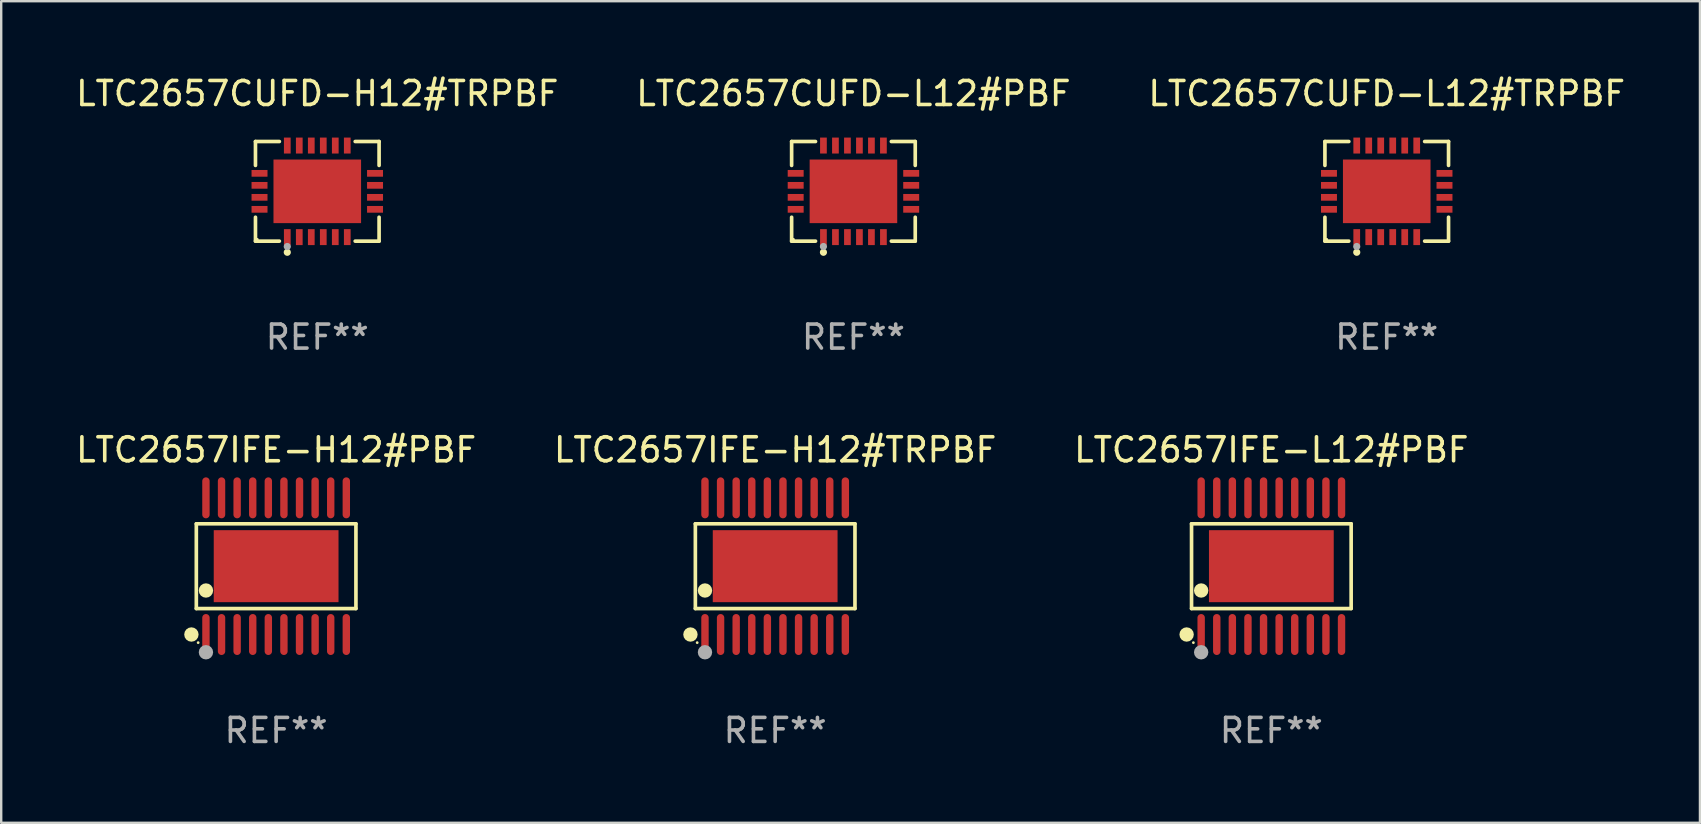
<source format=kicad_pcb>
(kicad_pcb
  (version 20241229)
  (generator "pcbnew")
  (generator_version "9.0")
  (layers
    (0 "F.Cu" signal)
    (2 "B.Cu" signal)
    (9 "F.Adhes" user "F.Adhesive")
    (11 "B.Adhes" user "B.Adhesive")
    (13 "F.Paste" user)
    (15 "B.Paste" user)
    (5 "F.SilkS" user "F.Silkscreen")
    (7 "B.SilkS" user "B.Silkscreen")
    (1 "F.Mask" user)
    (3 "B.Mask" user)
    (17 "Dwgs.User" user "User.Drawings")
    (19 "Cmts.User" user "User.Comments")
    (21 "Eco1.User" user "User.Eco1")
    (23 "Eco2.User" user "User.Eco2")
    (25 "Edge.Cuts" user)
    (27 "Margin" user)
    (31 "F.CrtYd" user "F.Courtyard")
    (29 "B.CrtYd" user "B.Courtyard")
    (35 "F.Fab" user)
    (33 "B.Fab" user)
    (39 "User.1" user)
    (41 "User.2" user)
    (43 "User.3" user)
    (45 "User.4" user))
  (footprint "LTC2657IFE-H12#PBF"
    (layer "F.Cu")
    (at 8.458 20.546)
    (property "Reference" "LTC2657IFE-H12#PBF" (at 0 -4.848 0) (layer "F.SilkS") (effects (font (size 1 1) (thickness 0.15))))
    (attr through_hole)
    (fp_line (start -3.326 -1.766) (end 3.326 -1.766) (stroke (width 0.152) (type solid)) (layer "F.SilkS"))
    (fp_line (start -3.326 1.766) (end -3.326 -1.766) (stroke (width 0.152) (type solid)) (layer "F.SilkS"))
    (fp_line (start 3.326 -1.766) (end 3.326 1.766) (stroke (width 0.152) (type solid)) (layer "F.SilkS"))
    (fp_line (start 3.326 1.766) (end -3.326 1.766) (stroke (width 0.152) (type solid)) (layer "F.SilkS"))
    (fp_circle (center -3.531 2.848) (end -3.381 2.848) (stroke (width 0.3) (type solid)) (fill no) (layer "F.SilkS"))
    (fp_circle (center -3.25 3.187) (end -3.22 3.187) (stroke (width 0.06) (type solid)) (fill no) (layer "F.SilkS"))
    (fp_circle (center -2.925 1.014) (end -2.775 1.014) (stroke (width 0.3) (type solid)) (fill no) (layer "F.SilkS"))
    (fp_circle (center -2.925 3.588) (end -2.775 3.588) (stroke (width 0.3) (type solid)) (fill no) (layer "F.Fab"))
    (fp_text user "REF**" (at 0 6.848 0) (layer "F.Fab") (effects (font (size 1 1) (thickness 0.15))))
    (pad "1" smd oval (at -2.925 2.848) (size 0.308 1.707) (layers "F.Cu" "F.Mask" "F.Paste"))
    (pad "2" smd oval (at -2.275 2.848) (size 0.308 1.707) (layers "F.Cu" "F.Mask" "F.Paste"))
    (pad "3" smd oval (at -1.625 2.848) (size 0.308 1.707) (layers "F.Cu" "F.Mask" "F.Paste"))
    (pad "4" smd oval (at -0.975 2.848) (size 0.308 1.707) (layers "F.Cu" "F.Mask" "F.Paste"))
    (pad "5" smd oval (at -0.325 2.848) (size 0.308 1.707) (layers "F.Cu" "F.Mask" "F.Paste"))
    (pad "6" smd oval (at 0.325 2.848) (size 0.308 1.707) (layers "F.Cu" "F.Mask" "F.Paste"))
    (pad "7" smd oval (at 0.975 2.848) (size 0.308 1.707) (layers "F.Cu" "F.Mask" "F.Paste"))
    (pad "8" smd oval (at 1.625 2.848) (size 0.308 1.707) (layers "F.Cu" "F.Mask" "F.Paste"))
    (pad "9" smd oval (at 2.275 2.848) (size 0.308 1.707) (layers "F.Cu" "F.Mask" "F.Paste"))
    (pad "10" smd oval (at 2.925 2.848) (size 0.308 1.707) (layers "F.Cu" "F.Mask" "F.Paste"))
    (pad "11" smd oval (at 2.925 -2.848) (size 0.308 1.707) (layers "F.Cu" "F.Mask" "F.Paste"))
    (pad "12" smd oval (at 2.275 -2.848) (size 0.308 1.707) (layers "F.Cu" "F.Mask" "F.Paste"))
    (pad "13" smd oval (at 1.625 -2.848) (size 0.308 1.707) (layers "F.Cu" "F.Mask" "F.Paste"))
    (pad "14" smd oval (at 0.975 -2.848) (size 0.308 1.707) (layers "F.Cu" "F.Mask" "F.Paste"))
    (pad "15" smd oval (at 0.325 -2.848) (size 0.308 1.707) (layers "F.Cu" "F.Mask" "F.Paste"))
    (pad "16" smd oval (at -0.325 -2.848) (size 0.308 1.707) (layers "F.Cu" "F.Mask" "F.Paste"))
    (pad "17" smd oval (at -0.975 -2.848) (size 0.308 1.707) (layers "F.Cu" "F.Mask" "F.Paste"))
    (pad "18" smd oval (at -1.625 -2.848) (size 0.308 1.707) (layers "F.Cu" "F.Mask" "F.Paste"))
    (pad "19" smd oval (at -2.275 -2.848) (size 0.308 1.707) (layers "F.Cu" "F.Mask" "F.Paste"))
    (pad "20" smd oval (at -2.925 -2.848) (size 0.308 1.707) (layers "F.Cu" "F.Mask" "F.Paste"))
    (pad "21" smd rect (at 0 0) (size 5.2 3) (layers "F.Cu" "F.Mask" "F.Paste")))
  (footprint "LTC2657CUFD-L12#TRPBF"
    (layer "F.Cu")
    (at 54.744 4.924)
    (property "Reference" "LTC2657CUFD-L12#TRPBF" (at 0 -4.076 0) (layer "F.SilkS") (effects (font (size 1 1) (thickness 0.15))))
    (attr through_hole)
    (fp_line (start -2.576 -2.076) (end -1.58 -2.076) (stroke (width 0.152) (type solid)) (layer "F.SilkS"))
    (fp_line (start -2.576 -1.08) (end -2.576 -2.076) (stroke (width 0.152) (type solid)) (layer "F.SilkS"))
    (fp_line (start -2.576 1.08) (end -2.576 2.076) (stroke (width 0.152) (type solid)) (layer "F.SilkS"))
    (fp_line (start -2.576 2.076) (end -1.58 2.076) (stroke (width 0.152) (type solid)) (layer "F.SilkS"))
    (fp_line (start 2.576 -2.076) (end 1.58 -2.076) (stroke (width 0.152) (type solid)) (layer "F.SilkS"))
    (fp_line (start 2.576 -1.08) (end 2.576 -2.076) (stroke (width 0.152) (type solid)) (layer "F.SilkS"))
    (fp_line (start 2.576 1.08) (end 2.576 2.076) (stroke (width 0.152) (type solid)) (layer "F.SilkS"))
    (fp_line (start 2.576 2.076) (end 1.58 2.076) (stroke (width 0.152) (type solid)) (layer "F.SilkS"))
    (fp_circle (center -2.5 2) (end -2.47 2) (stroke (width 0.06) (type solid)) (fill no) (layer "F.SilkS"))
    (fp_circle (center -1.25 2.54) (end -1.175 2.54) (stroke (width 0.15) (type solid)) (fill no) (layer "F.SilkS"))
    (fp_circle (center -1.25 2.3) (end -1.175 2.3) (stroke (width 0.15) (type solid)) (fill no) (layer "F.Fab"))
    (fp_text user "REF**" (at 0 6.076 0) (layer "F.Fab") (effects (font (size 1 1) (thickness 0.15))))
    (pad "1" smd rect (at -1.25 1.908) (size 0.28 0.665) (layers "F.Cu" "F.Mask" "F.Paste"))
    (pad "2" smd rect (at -0.75 1.908) (size 0.28 0.665) (layers "F.Cu" "F.Mask" "F.Paste"))
    (pad "3" smd rect (at -0.25 1.908) (size 0.28 0.665) (layers "F.Cu" "F.Mask" "F.Paste"))
    (pad "4" smd rect (at 0.25 1.908) (size 0.28 0.665) (layers "F.Cu" "F.Mask" "F.Paste"))
    (pad "5" smd rect (at 0.75 1.908) (size 0.28 0.665) (layers "F.Cu" "F.Mask" "F.Paste"))
    (pad "6" smd rect (at 1.25 1.908) (size 0.28 0.665) (layers "F.Cu" "F.Mask" "F.Paste"))
    (pad "7" smd rect (at 2.407 0.75) (size 0.665 0.28) (layers "F.Cu" "F.Mask" "F.Paste"))
    (pad "8" smd rect (at 2.407 0.25) (size 0.665 0.28) (layers "F.Cu" "F.Mask" "F.Paste"))
    (pad "9" smd rect (at 2.407 -0.25) (size 0.665 0.28) (layers "F.Cu" "F.Mask" "F.Paste"))
    (pad "10" smd rect (at 2.407 -0.75) (size 0.665 0.28) (layers "F.Cu" "F.Mask" "F.Paste"))
    (pad "11" smd rect (at 1.25 -1.908) (size 0.28 0.665) (layers "F.Cu" "F.Mask" "F.Paste"))
    (pad "12" smd rect (at 0.75 -1.908) (size 0.28 0.665) (layers "F.Cu" "F.Mask" "F.Paste"))
    (pad "13" smd rect (at 0.25 -1.908) (size 0.28 0.665) (layers "F.Cu" "F.Mask" "F.Paste"))
    (pad "14" smd rect (at -0.25 -1.908) (size 0.28 0.665) (layers "F.Cu" "F.Mask" "F.Paste"))
    (pad "15" smd rect (at -0.75 -1.908) (size 0.28 0.665) (layers "F.Cu" "F.Mask" "F.Paste"))
    (pad "16" smd rect (at -1.25 -1.908) (size 0.28 0.665) (layers "F.Cu" "F.Mask" "F.Paste"))
    (pad "17" smd rect (at -2.407 -0.75) (size 0.665 0.28) (layers "F.Cu" "F.Mask" "F.Paste"))
    (pad "18" smd rect (at -2.407 -0.25) (size 0.665 0.28) (layers "F.Cu" "F.Mask" "F.Paste"))
    (pad "19" smd rect (at -2.407 0.25) (size 0.665 0.28) (layers "F.Cu" "F.Mask" "F.Paste"))
    (pad "20" smd rect (at -2.407 0.75) (size 0.665 0.28) (layers "F.Cu" "F.Mask" "F.Paste"))
    (pad "21" smd rect (at 0 0) (size 3.65 2.65) (layers "F.Cu" "F.Mask" "F.Paste")))
  (footprint "LTC2657CUFD-H12#TRPBF"
    (layer "F.Cu")
    (at 10.173 4.924)
    (property "Reference" "LTC2657CUFD-H12#TRPBF" (at 0 -4.076 0) (layer "F.SilkS") (effects (font (size 1 1) (thickness 0.15))))
    (attr through_hole)
    (fp_line (start -2.576 -2.076) (end -1.58 -2.076) (stroke (width 0.152) (type solid)) (layer "F.SilkS"))
    (fp_line (start -2.576 -1.08) (end -2.576 -2.076) (stroke (width 0.152) (type solid)) (layer "F.SilkS"))
    (fp_line (start -2.576 1.08) (end -2.576 2.076) (stroke (width 0.152) (type solid)) (layer "F.SilkS"))
    (fp_line (start -2.576 2.076) (end -1.58 2.076) (stroke (width 0.152) (type solid)) (layer "F.SilkS"))
    (fp_line (start 2.576 -2.076) (end 1.58 -2.076) (stroke (width 0.152) (type solid)) (layer "F.SilkS"))
    (fp_line (start 2.576 -1.08) (end 2.576 -2.076) (stroke (width 0.152) (type solid)) (layer "F.SilkS"))
    (fp_line (start 2.576 1.08) (end 2.576 2.076) (stroke (width 0.152) (type solid)) (layer "F.SilkS"))
    (fp_line (start 2.576 2.076) (end 1.58 2.076) (stroke (width 0.152) (type solid)) (layer "F.SilkS"))
    (fp_circle (center -2.5 2) (end -2.47 2) (stroke (width 0.06) (type solid)) (fill no) (layer "F.SilkS"))
    (fp_circle (center -1.25 2.54) (end -1.175 2.54) (stroke (width 0.15) (type solid)) (fill no) (layer "F.SilkS"))
    (fp_circle (center -1.25 2.3) (end -1.175 2.3) (stroke (width 0.15) (type solid)) (fill no) (layer "F.Fab"))
    (fp_text user "REF**" (at 0 6.076 0) (layer "F.Fab") (effects (font (size 1 1) (thickness 0.15))))
    (pad "1" smd rect (at -1.25 1.908) (size 0.28 0.665) (layers "F.Cu" "F.Mask" "F.Paste"))
    (pad "2" smd rect (at -0.75 1.908) (size 0.28 0.665) (layers "F.Cu" "F.Mask" "F.Paste"))
    (pad "3" smd rect (at -0.25 1.908) (size 0.28 0.665) (layers "F.Cu" "F.Mask" "F.Paste"))
    (pad "4" smd rect (at 0.25 1.908) (size 0.28 0.665) (layers "F.Cu" "F.Mask" "F.Paste"))
    (pad "5" smd rect (at 0.75 1.908) (size 0.28 0.665) (layers "F.Cu" "F.Mask" "F.Paste"))
    (pad "6" smd rect (at 1.25 1.908) (size 0.28 0.665) (layers "F.Cu" "F.Mask" "F.Paste"))
    (pad "7" smd rect (at 2.407 0.75) (size 0.665 0.28) (layers "F.Cu" "F.Mask" "F.Paste"))
    (pad "8" smd rect (at 2.407 0.25) (size 0.665 0.28) (layers "F.Cu" "F.Mask" "F.Paste"))
    (pad "9" smd rect (at 2.407 -0.25) (size 0.665 0.28) (layers "F.Cu" "F.Mask" "F.Paste"))
    (pad "10" smd rect (at 2.407 -0.75) (size 0.665 0.28) (layers "F.Cu" "F.Mask" "F.Paste"))
    (pad "11" smd rect (at 1.25 -1.908) (size 0.28 0.665) (layers "F.Cu" "F.Mask" "F.Paste"))
    (pad "12" smd rect (at 0.75 -1.908) (size 0.28 0.665) (layers "F.Cu" "F.Mask" "F.Paste"))
    (pad "13" smd rect (at 0.25 -1.908) (size 0.28 0.665) (layers "F.Cu" "F.Mask" "F.Paste"))
    (pad "14" smd rect (at -0.25 -1.908) (size 0.28 0.665) (layers "F.Cu" "F.Mask" "F.Paste"))
    (pad "15" smd rect (at -0.75 -1.908) (size 0.28 0.665) (layers "F.Cu" "F.Mask" "F.Paste"))
    (pad "16" smd rect (at -1.25 -1.908) (size 0.28 0.665) (layers "F.Cu" "F.Mask" "F.Paste"))
    (pad "17" smd rect (at -2.407 -0.75) (size 0.665 0.28) (layers "F.Cu" "F.Mask" "F.Paste"))
    (pad "18" smd rect (at -2.407 -0.25) (size 0.665 0.28) (layers "F.Cu" "F.Mask" "F.Paste"))
    (pad "19" smd rect (at -2.407 0.25) (size 0.665 0.28) (layers "F.Cu" "F.Mask" "F.Paste"))
    (pad "20" smd rect (at -2.407 0.75) (size 0.665 0.28) (layers "F.Cu" "F.Mask" "F.Paste"))
    (pad "21" smd rect (at 0 0) (size 3.65 2.65) (layers "F.Cu" "F.Mask" "F.Paste")))
  (footprint "LTC2657IFE-L12#PBF"
    (layer "F.Cu")
    (at 49.935 20.546)
    (property "Reference" "LTC2657IFE-L12#PBF" (at 0 -4.848 0) (layer "F.SilkS") (effects (font (size 1 1) (thickness 0.15))))
    (attr through_hole)
    (fp_line (start -3.326 -1.766) (end 3.326 -1.766) (stroke (width 0.152) (type solid)) (layer "F.SilkS"))
    (fp_line (start -3.326 1.766) (end -3.326 -1.766) (stroke (width 0.152) (type solid)) (layer "F.SilkS"))
    (fp_line (start 3.326 -1.766) (end 3.326 1.766) (stroke (width 0.152) (type solid)) (layer "F.SilkS"))
    (fp_line (start 3.326 1.766) (end -3.326 1.766) (stroke (width 0.152) (type solid)) (layer "F.SilkS"))
    (fp_circle (center -3.531 2.848) (end -3.381 2.848) (stroke (width 0.3) (type solid)) (fill no) (layer "F.SilkS"))
    (fp_circle (center -3.25 3.187) (end -3.22 3.187) (stroke (width 0.06) (type solid)) (fill no) (layer "F.SilkS"))
    (fp_circle (center -2.925 1.014) (end -2.775 1.014) (stroke (width 0.3) (type solid)) (fill no) (layer "F.SilkS"))
    (fp_circle (center -2.925 3.588) (end -2.775 3.588) (stroke (width 0.3) (type solid)) (fill no) (layer "F.Fab"))
    (fp_text user "REF**" (at 0 6.848 0) (layer "F.Fab") (effects (font (size 1 1) (thickness 0.15))))
    (pad "1" smd oval (at -2.925 2.848) (size 0.308 1.707) (layers "F.Cu" "F.Mask" "F.Paste"))
    (pad "2" smd oval (at -2.275 2.848) (size 0.308 1.707) (layers "F.Cu" "F.Mask" "F.Paste"))
    (pad "3" smd oval (at -1.625 2.848) (size 0.308 1.707) (layers "F.Cu" "F.Mask" "F.Paste"))
    (pad "4" smd oval (at -0.975 2.848) (size 0.308 1.707) (layers "F.Cu" "F.Mask" "F.Paste"))
    (pad "5" smd oval (at -0.325 2.848) (size 0.308 1.707) (layers "F.Cu" "F.Mask" "F.Paste"))
    (pad "6" smd oval (at 0.325 2.848) (size 0.308 1.707) (layers "F.Cu" "F.Mask" "F.Paste"))
    (pad "7" smd oval (at 0.975 2.848) (size 0.308 1.707) (layers "F.Cu" "F.Mask" "F.Paste"))
    (pad "8" smd oval (at 1.625 2.848) (size 0.308 1.707) (layers "F.Cu" "F.Mask" "F.Paste"))
    (pad "9" smd oval (at 2.275 2.848) (size 0.308 1.707) (layers "F.Cu" "F.Mask" "F.Paste"))
    (pad "10" smd oval (at 2.925 2.848) (size 0.308 1.707) (layers "F.Cu" "F.Mask" "F.Paste"))
    (pad "11" smd oval (at 2.925 -2.848) (size 0.308 1.707) (layers "F.Cu" "F.Mask" "F.Paste"))
    (pad "12" smd oval (at 2.275 -2.848) (size 0.308 1.707) (layers "F.Cu" "F.Mask" "F.Paste"))
    (pad "13" smd oval (at 1.625 -2.848) (size 0.308 1.707) (layers "F.Cu" "F.Mask" "F.Paste"))
    (pad "14" smd oval (at 0.975 -2.848) (size 0.308 1.707) (layers "F.Cu" "F.Mask" "F.Paste"))
    (pad "15" smd oval (at 0.325 -2.848) (size 0.308 1.707) (layers "F.Cu" "F.Mask" "F.Paste"))
    (pad "16" smd oval (at -0.325 -2.848) (size 0.308 1.707) (layers "F.Cu" "F.Mask" "F.Paste"))
    (pad "17" smd oval (at -0.975 -2.848) (size 0.308 1.707) (layers "F.Cu" "F.Mask" "F.Paste"))
    (pad "18" smd oval (at -1.625 -2.848) (size 0.308 1.707) (layers "F.Cu" "F.Mask" "F.Paste"))
    (pad "19" smd oval (at -2.275 -2.848) (size 0.308 1.707) (layers "F.Cu" "F.Mask" "F.Paste"))
    (pad "20" smd oval (at -2.925 -2.848) (size 0.308 1.707) (layers "F.Cu" "F.Mask" "F.Paste"))
    (pad "21" smd rect (at 0 0) (size 5.2 3) (layers "F.Cu" "F.Mask" "F.Paste")))
  (footprint "LTC2657CUFD-L12#PBF"
    (layer "F.Cu")
    (at 32.518 4.924)
    (property "Reference" "LTC2657CUFD-L12#PBF" (at 0 -4.076 0) (layer "F.SilkS") (effects (font (size 1 1) (thickness 0.15))))
    (attr through_hole)
    (fp_line (start -2.576 -2.076) (end -1.58 -2.076) (stroke (width 0.152) (type solid)) (layer "F.SilkS"))
    (fp_line (start -2.576 -1.08) (end -2.576 -2.076) (stroke (width 0.152) (type solid)) (layer "F.SilkS"))
    (fp_line (start -2.576 1.08) (end -2.576 2.076) (stroke (width 0.152) (type solid)) (layer "F.SilkS"))
    (fp_line (start -2.576 2.076) (end -1.58 2.076) (stroke (width 0.152) (type solid)) (layer "F.SilkS"))
    (fp_line (start 2.576 -2.076) (end 1.58 -2.076) (stroke (width 0.152) (type solid)) (layer "F.SilkS"))
    (fp_line (start 2.576 -1.08) (end 2.576 -2.076) (stroke (width 0.152) (type solid)) (layer "F.SilkS"))
    (fp_line (start 2.576 1.08) (end 2.576 2.076) (stroke (width 0.152) (type solid)) (layer "F.SilkS"))
    (fp_line (start 2.576 2.076) (end 1.58 2.076) (stroke (width 0.152) (type solid)) (layer "F.SilkS"))
    (fp_circle (center -2.5 2) (end -2.47 2) (stroke (width 0.06) (type solid)) (fill no) (layer "F.SilkS"))
    (fp_circle (center -1.25 2.54) (end -1.175 2.54) (stroke (width 0.15) (type solid)) (fill no) (layer "F.SilkS"))
    (fp_circle (center -1.25 2.3) (end -1.175 2.3) (stroke (width 0.15) (type solid)) (fill no) (layer "F.Fab"))
    (fp_text user "REF**" (at 0 6.076 0) (layer "F.Fab") (effects (font (size 1 1) (thickness 0.15))))
    (pad "1" smd rect (at -1.25 1.908) (size 0.28 0.665) (layers "F.Cu" "F.Mask" "F.Paste"))
    (pad "2" smd rect (at -0.75 1.908) (size 0.28 0.665) (layers "F.Cu" "F.Mask" "F.Paste"))
    (pad "3" smd rect (at -0.25 1.908) (size 0.28 0.665) (layers "F.Cu" "F.Mask" "F.Paste"))
    (pad "4" smd rect (at 0.25 1.908) (size 0.28 0.665) (layers "F.Cu" "F.Mask" "F.Paste"))
    (pad "5" smd rect (at 0.75 1.908) (size 0.28 0.665) (layers "F.Cu" "F.Mask" "F.Paste"))
    (pad "6" smd rect (at 1.25 1.908) (size 0.28 0.665) (layers "F.Cu" "F.Mask" "F.Paste"))
    (pad "7" smd rect (at 2.407 0.75) (size 0.665 0.28) (layers "F.Cu" "F.Mask" "F.Paste"))
    (pad "8" smd rect (at 2.407 0.25) (size 0.665 0.28) (layers "F.Cu" "F.Mask" "F.Paste"))
    (pad "9" smd rect (at 2.407 -0.25) (size 0.665 0.28) (layers "F.Cu" "F.Mask" "F.Paste"))
    (pad "10" smd rect (at 2.407 -0.75) (size 0.665 0.28) (layers "F.Cu" "F.Mask" "F.Paste"))
    (pad "11" smd rect (at 1.25 -1.908) (size 0.28 0.665) (layers "F.Cu" "F.Mask" "F.Paste"))
    (pad "12" smd rect (at 0.75 -1.908) (size 0.28 0.665) (layers "F.Cu" "F.Mask" "F.Paste"))
    (pad "13" smd rect (at 0.25 -1.908) (size 0.28 0.665) (layers "F.Cu" "F.Mask" "F.Paste"))
    (pad "14" smd rect (at -0.25 -1.908) (size 0.28 0.665) (layers "F.Cu" "F.Mask" "F.Paste"))
    (pad "15" smd rect (at -0.75 -1.908) (size 0.28 0.665) (layers "F.Cu" "F.Mask" "F.Paste"))
    (pad "16" smd rect (at -1.25 -1.908) (size 0.28 0.665) (layers "F.Cu" "F.Mask" "F.Paste"))
    (pad "17" smd rect (at -2.407 -0.75) (size 0.665 0.28) (layers "F.Cu" "F.Mask" "F.Paste"))
    (pad "18" smd rect (at -2.407 -0.25) (size 0.665 0.28) (layers "F.Cu" "F.Mask" "F.Paste"))
    (pad "19" smd rect (at -2.407 0.25) (size 0.665 0.28) (layers "F.Cu" "F.Mask" "F.Paste"))
    (pad "20" smd rect (at -2.407 0.75) (size 0.665 0.28) (layers "F.Cu" "F.Mask" "F.Paste"))
    (pad "21" smd rect (at 0 0) (size 3.65 2.65) (layers "F.Cu" "F.Mask" "F.Paste")))
  (footprint "LTC2657IFE-H12#TRPBF"
    (layer "F.Cu")
    (at 29.256 20.546)
    (property "Reference" "LTC2657IFE-H12#TRPBF" (at 0 -4.848 0) (layer "F.SilkS") (effects (font (size 1 1) (thickness 0.15))))
    (attr through_hole)
    (fp_line (start -3.326 -1.766) (end 3.326 -1.766) (stroke (width 0.152) (type solid)) (layer "F.SilkS"))
    (fp_line (start -3.326 1.766) (end -3.326 -1.766) (stroke (width 0.152) (type solid)) (layer "F.SilkS"))
    (fp_line (start 3.326 -1.766) (end 3.326 1.766) (stroke (width 0.152) (type solid)) (layer "F.SilkS"))
    (fp_line (start 3.326 1.766) (end -3.326 1.766) (stroke (width 0.152) (type solid)) (layer "F.SilkS"))
    (fp_circle (center -3.531 2.848) (end -3.381 2.848) (stroke (width 0.3) (type solid)) (fill no) (layer "F.SilkS"))
    (fp_circle (center -3.25 3.187) (end -3.22 3.187) (stroke (width 0.06) (type solid)) (fill no) (layer "F.SilkS"))
    (fp_circle (center -2.925 1.014) (end -2.775 1.014) (stroke (width 0.3) (type solid)) (fill no) (layer "F.SilkS"))
    (fp_circle (center -2.925 3.588) (end -2.775 3.588) (stroke (width 0.3) (type solid)) (fill no) (layer "F.Fab"))
    (fp_text user "REF**" (at 0 6.848 0) (layer "F.Fab") (effects (font (size 1 1) (thickness 0.15))))
    (pad "1" smd oval (at -2.925 2.848) (size 0.308 1.707) (layers "F.Cu" "F.Mask" "F.Paste"))
    (pad "2" smd oval (at -2.275 2.848) (size 0.308 1.707) (layers "F.Cu" "F.Mask" "F.Paste"))
    (pad "3" smd oval (at -1.625 2.848) (size 0.308 1.707) (layers "F.Cu" "F.Mask" "F.Paste"))
    (pad "4" smd oval (at -0.975 2.848) (size 0.308 1.707) (layers "F.Cu" "F.Mask" "F.Paste"))
    (pad "5" smd oval (at -0.325 2.848) (size 0.308 1.707) (layers "F.Cu" "F.Mask" "F.Paste"))
    (pad "6" smd oval (at 0.325 2.848) (size 0.308 1.707) (layers "F.Cu" "F.Mask" "F.Paste"))
    (pad "7" smd oval (at 0.975 2.848) (size 0.308 1.707) (layers "F.Cu" "F.Mask" "F.Paste"))
    (pad "8" smd oval (at 1.625 2.848) (size 0.308 1.707) (layers "F.Cu" "F.Mask" "F.Paste"))
    (pad "9" smd oval (at 2.275 2.848) (size 0.308 1.707) (layers "F.Cu" "F.Mask" "F.Paste"))
    (pad "10" smd oval (at 2.925 2.848) (size 0.308 1.707) (layers "F.Cu" "F.Mask" "F.Paste"))
    (pad "11" smd oval (at 2.925 -2.848) (size 0.308 1.707) (layers "F.Cu" "F.Mask" "F.Paste"))
    (pad "12" smd oval (at 2.275 -2.848) (size 0.308 1.707) (layers "F.Cu" "F.Mask" "F.Paste"))
    (pad "13" smd oval (at 1.625 -2.848) (size 0.308 1.707) (layers "F.Cu" "F.Mask" "F.Paste"))
    (pad "14" smd oval (at 0.975 -2.848) (size 0.308 1.707) (layers "F.Cu" "F.Mask" "F.Paste"))
    (pad "15" smd oval (at 0.325 -2.848) (size 0.308 1.707) (layers "F.Cu" "F.Mask" "F.Paste"))
    (pad "16" smd oval (at -0.325 -2.848) (size 0.308 1.707) (layers "F.Cu" "F.Mask" "F.Paste"))
    (pad "17" smd oval (at -0.975 -2.848) (size 0.308 1.707) (layers "F.Cu" "F.Mask" "F.Paste"))
    (pad "18" smd oval (at -1.625 -2.848) (size 0.308 1.707) (layers "F.Cu" "F.Mask" "F.Paste"))
    (pad "19" smd oval (at -2.275 -2.848) (size 0.308 1.707) (layers "F.Cu" "F.Mask" "F.Paste"))
    (pad "20" smd oval (at -2.925 -2.848) (size 0.308 1.707) (layers "F.Cu" "F.Mask" "F.Paste"))
    (pad "21" smd rect (at 0 0) (size 5.2 3) (layers "F.Cu" "F.Mask" "F.Paste")))
  (gr_rect
    (start -3 -3)
    (end 67.798 31.242)
    (stroke (width 0.1) (type default))
    (fill no)
    (layer "Edge.Cuts")))
</source>
